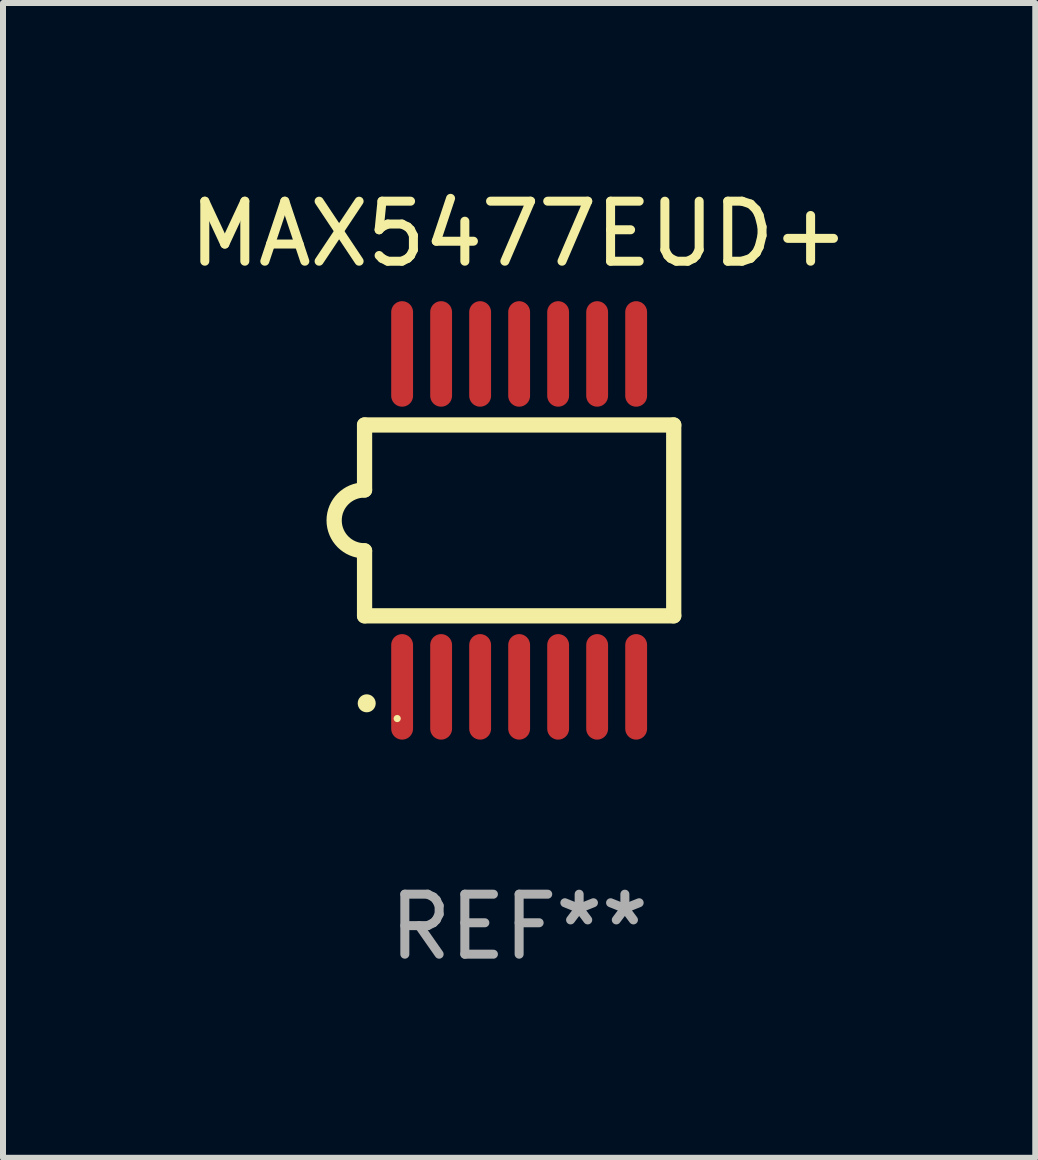
<source format=kicad_pcb>
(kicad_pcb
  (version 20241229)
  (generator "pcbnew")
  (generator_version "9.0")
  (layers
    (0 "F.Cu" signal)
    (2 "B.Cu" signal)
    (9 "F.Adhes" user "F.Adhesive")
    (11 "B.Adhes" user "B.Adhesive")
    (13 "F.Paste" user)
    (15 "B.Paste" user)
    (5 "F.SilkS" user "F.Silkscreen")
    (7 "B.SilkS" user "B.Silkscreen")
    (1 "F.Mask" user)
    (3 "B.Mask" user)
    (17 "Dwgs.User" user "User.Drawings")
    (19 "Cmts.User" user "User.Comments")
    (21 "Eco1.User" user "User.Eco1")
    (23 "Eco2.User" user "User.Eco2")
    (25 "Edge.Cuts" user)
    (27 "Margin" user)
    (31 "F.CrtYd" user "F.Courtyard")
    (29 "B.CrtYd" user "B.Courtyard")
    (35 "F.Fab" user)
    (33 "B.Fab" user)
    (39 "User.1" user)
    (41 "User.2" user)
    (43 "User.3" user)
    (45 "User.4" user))
  (footprint "MAX5477EUD+"
    (layer "F.Cu")
    (at 5.601 5.622)
    (property "Reference" "MAX5477EUD+" (at 0 -4.774 0) (layer "F.SilkS") (effects (font (size 1 1) (thickness 0.15))))
    (attr through_hole)
    (fp_line (start -2.576 -1.59) (end -2.576 -0.508) (stroke (width 0.254) (type solid)) (layer "F.SilkS"))
    (fp_line (start -2.576 -1.59) (end 2.576 -1.59) (stroke (width 0.254) (type solid)) (layer "F.SilkS"))
    (fp_line (start -2.576 1.59) (end -2.576 0.508) (stroke (width 0.254) (type solid)) (layer "F.SilkS"))
    (fp_line (start 2.576 -1.59) (end 2.576 1.59) (stroke (width 0.254) (type solid)) (layer "F.SilkS"))
    (fp_line (start 2.576 1.59) (end -2.576 1.59) (stroke (width 0.254) (type solid)) (layer "F.SilkS"))
    (fp_arc (start -2.576099 0.506706) (mid -3.081511 0) (end -2.576098 -0.506706) (stroke (width 0.254001) (type solid)) (layer "F.SilkS"))
    (fp_circle (center -2.54 3.048) (end -2.465 3.048) (stroke (width 0.15) (type solid)) (fill no) (layer "F.SilkS"))
    (fp_circle (center -2.032 3.302) (end -2.002 3.302) (stroke (width 0.06) (type solid)) (fill no) (layer "F.SilkS"))
    (fp_text user "REF**" (at 0 6.774 0) (layer "F.Fab") (effects (font (size 1 1) (thickness 0.15))))
    (pad "1" smd oval (at -1.95 2.774) (size 0.364 1.758) (layers "F.Cu" "F.Mask" "F.Paste"))
    (pad "2" smd oval (at -1.3 2.774) (size 0.364 1.758) (layers "F.Cu" "F.Mask" "F.Paste"))
    (pad "3" smd oval (at -0.65 2.774) (size 0.364 1.758) (layers "F.Cu" "F.Mask" "F.Paste"))
    (pad "4" smd oval (at 0 2.774) (size 0.364 1.758) (layers "F.Cu" "F.Mask" "F.Paste"))
    (pad "5" smd oval (at 0.65 2.774) (size 0.364 1.758) (layers "F.Cu" "F.Mask" "F.Paste"))
    (pad "6" smd oval (at 1.3 2.774) (size 0.364 1.758) (layers "F.Cu" "F.Mask" "F.Paste"))
    (pad "7" smd oval (at 1.95 2.774) (size 0.364 1.758) (layers "F.Cu" "F.Mask" "F.Paste"))
    (pad "8" smd oval (at 1.95 -2.774) (size 0.364 1.758) (layers "F.Cu" "F.Mask" "F.Paste"))
    (pad "9" smd oval (at 1.3 -2.774) (size 0.364 1.758) (layers "F.Cu" "F.Mask" "F.Paste"))
    (pad "10" smd oval (at 0.65 -2.774) (size 0.364 1.758) (layers "F.Cu" "F.Mask" "F.Paste"))
    (pad "11" smd oval (at 0 -2.774) (size 0.364 1.758) (layers "F.Cu" "F.Mask" "F.Paste"))
    (pad "12" smd oval (at -0.65 -2.774) (size 0.364 1.758) (layers "F.Cu" "F.Mask" "F.Paste"))
    (pad "13" smd oval (at -1.3 -2.774) (size 0.364 1.758) (layers "F.Cu" "F.Mask" "F.Paste"))
    (pad "14" smd oval (at -1.95 -2.774) (size 0.364 1.758) (layers "F.Cu" "F.Mask" "F.Paste")))
  (gr_rect
    (start -3 -3)
    (end 14.202 16.244)
    (stroke (width 0.1) (type default))
    (fill no)
    (layer "Edge.Cuts")))
</source>
